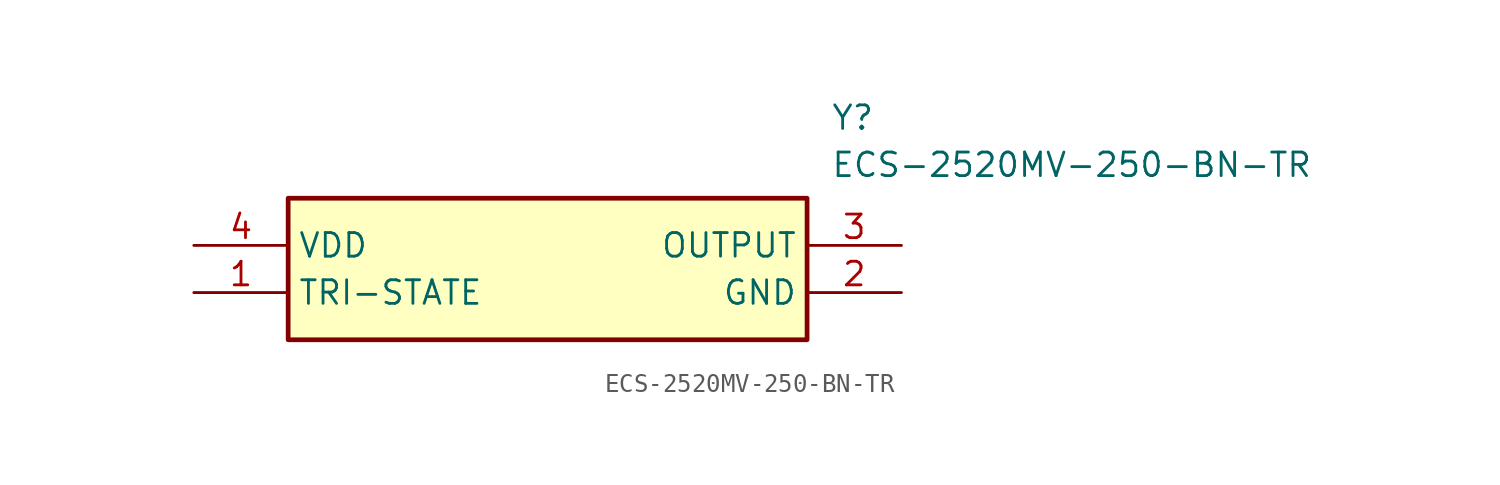
<source format=kicad_sym>
(kicad_symbol_lib
  (version 20211014)
  (generator SamacSys_ECAD_Model)
  (symbol "ECS-2520MV-250-BN-TR"
    (property "Reference" "Y"
      (at 34.29 7.62 0)
      (effects (font (size 1.27 1.27)) (justify left top)))
    (property "Value" "ECS-2520MV-250-BN-TR"
      (at 34.29 5.08 0)
      (effects (font (size 1.27 1.27)) (justify left top)))
    (rectangle
      (start 5.08 2.54)
      (end 33.02 -5.08)
      (stroke (width 0.254) (type default))
      (fill (type background)))
    (pin passive line
      (at 0 -2.54 0)
      (length 5.08)
      (name "TRI-STATE" (effects (font (size 1.27 1.27))))
      (number "1" (effects (font (size 1.27 1.27)))))
    (pin passive line
      (at 38.1 -2.54 180)
      (length 5.08)
      (name "GND" (effects (font (size 1.27 1.27))))
      (number "2" (effects (font (size 1.27 1.27)))))
    (pin passive line
      (at 38.1 0 180)
      (length 5.08)
      (name "OUTPUT" (effects (font (size 1.27 1.27))))
      (number "3" (effects (font (size 1.27 1.27)))))
    (pin passive line
      (at 0 0 0)
      (length 5.08)
      (name "VDD" (effects (font (size 1.27 1.27))))
      (number "4" (effects (font (size 1.27 1.27)))))))
</source>
